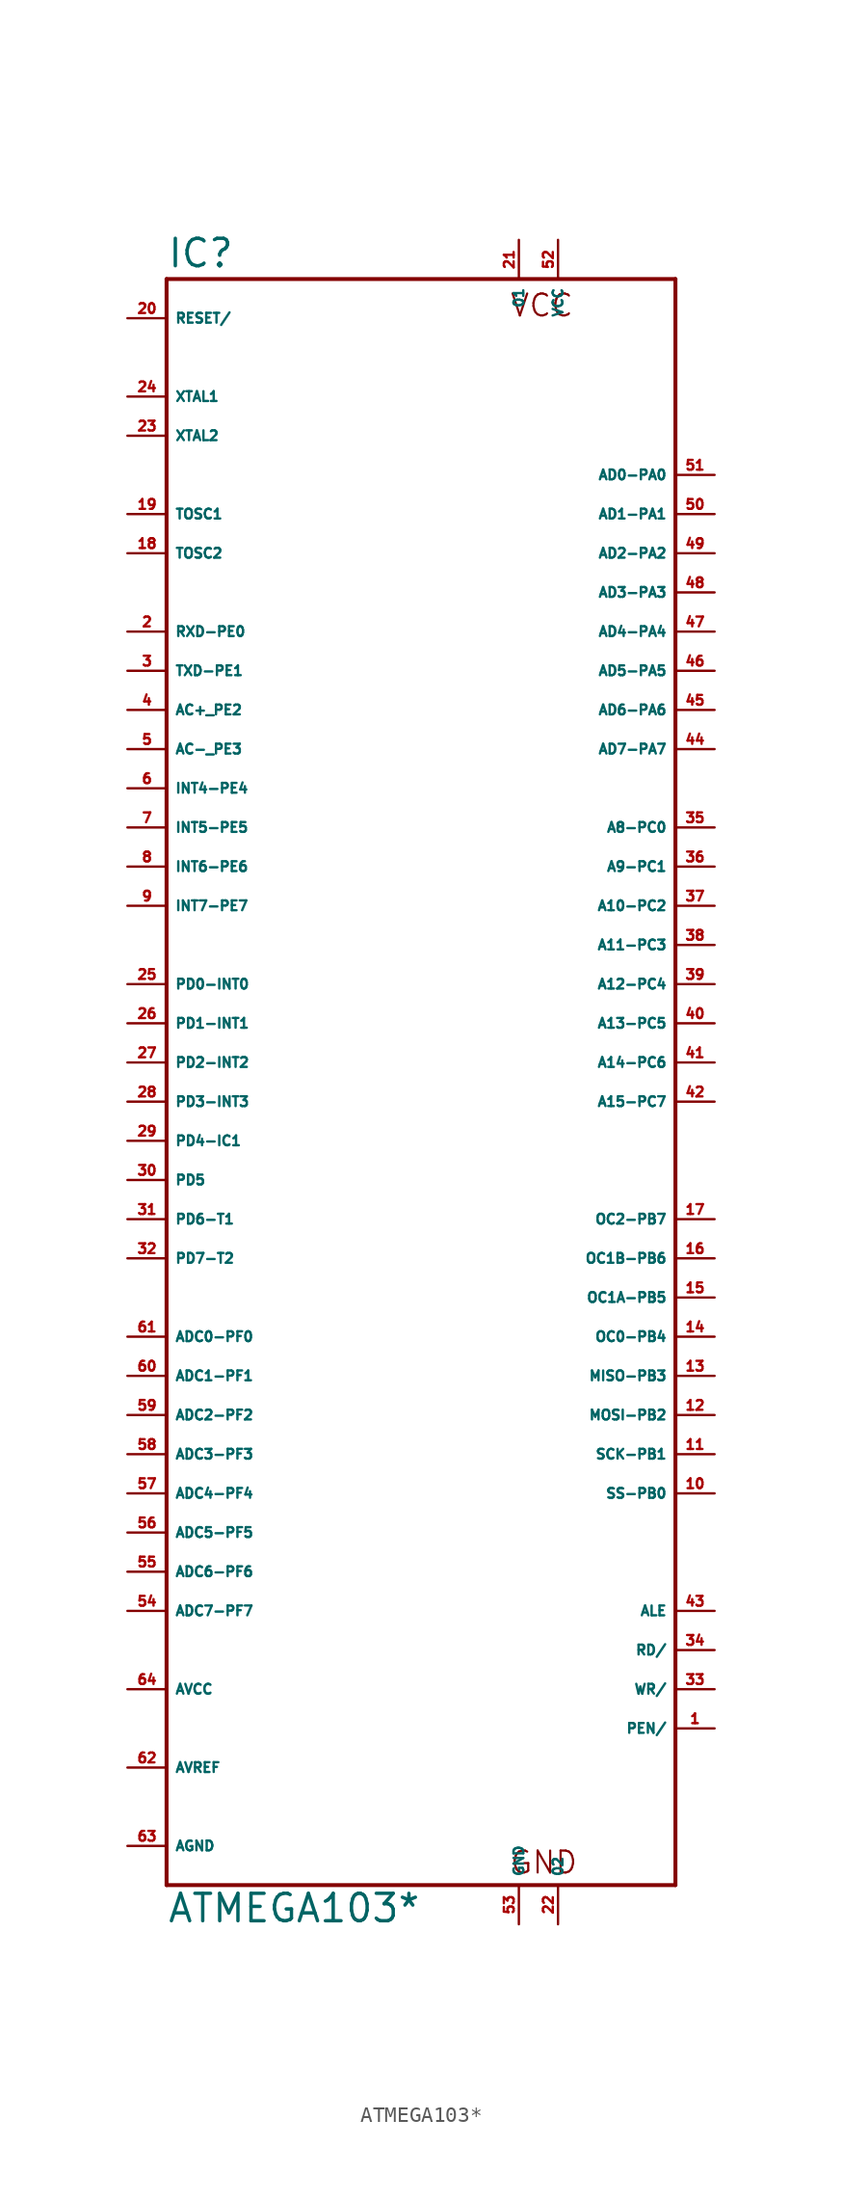
<source format=kicad_sym>
(kicad_symbol_lib
  (version 20220914)
  (generator Eagle2Kicad)
  (symbol "ATMEGA103*"
    (property "Reference" "IC"
      (at -17.78 51.435 0)
      (effects (font (size 1.778 1.778) (thickness 0.22)) (justify left bottom)))
    (property "Value" "ATMEGA103*"
      (at -17.78 -55.88 0)
      (effects (font (size 1.778 1.778) (thickness 0.22)) (justify left bottom)))
    (polyline
      (pts (xy -17.78 50.8) (xy 15.24 50.8))
      (stroke (width 0.254) (type default))
      (fill (type none)))
    (polyline
      (pts (xy 15.24 50.8) (xy 15.24 -53.34))
      (stroke (width 0.254) (type default))
      (fill (type none)))
    (polyline
      (pts (xy 15.24 -53.34) (xy -17.78 -53.34))
      (stroke (width 0.254) (type default))
      (fill (type none)))
    (polyline
      (pts (xy -17.78 -53.34) (xy -17.78 50.8))
      (stroke (width 0.254) (type default))
      (fill (type none)))
    (text "VCC"
      (at 4.445 48.26 0)
      (effects (font (size 1.422 1.422) (thickness 0.14)) (justify left bottom)))
    (text "GND"
      (at 4.445 -52.705 0)
      (effects (font (size 1.422 1.422) (thickness 0.14)) (justify left bottom)))
    (pin input line
      (at -20.32 -17.78 0)
      (length 2.54)
      (name "ADC0-PF0" (effects (font (size 0.635 0.635) (thickness 0.08)) (justify left bottom)))
      (number "61" (effects (font (size 0.635 0.635) (thickness 0.08)) (justify left bottom))))
    (pin input line
      (at -20.32 -20.32 0)
      (length 2.54)
      (name "ADC1-PF1" (effects (font (size 0.635 0.635) (thickness 0.08)) (justify left bottom)))
      (number "60" (effects (font (size 0.635 0.635) (thickness 0.08)) (justify left bottom))))
    (pin input line
      (at -20.32 -22.86 0)
      (length 2.54)
      (name "ADC2-PF2" (effects (font (size 0.635 0.635) (thickness 0.08)) (justify left bottom)))
      (number "59" (effects (font (size 0.635 0.635) (thickness 0.08)) (justify left bottom))))
    (pin input line
      (at -20.32 -25.4 0)
      (length 2.54)
      (name "ADC3-PF3" (effects (font (size 0.635 0.635) (thickness 0.08)) (justify left bottom)))
      (number "58" (effects (font (size 0.635 0.635) (thickness 0.08)) (justify left bottom))))
    (pin input line
      (at -20.32 -27.94 0)
      (length 2.54)
      (name "ADC4-PF4" (effects (font (size 0.635 0.635) (thickness 0.08)) (justify left bottom)))
      (number "57" (effects (font (size 0.635 0.635) (thickness 0.08)) (justify left bottom))))
    (pin input line
      (at -20.32 -30.48 0)
      (length 2.54)
      (name "ADC5-PF5" (effects (font (size 0.635 0.635) (thickness 0.08)) (justify left bottom)))
      (number "56" (effects (font (size 0.635 0.635) (thickness 0.08)) (justify left bottom))))
    (pin input line
      (at -20.32 -33.02 0)
      (length 2.54)
      (name "ADC6-PF6" (effects (font (size 0.635 0.635) (thickness 0.08)) (justify left bottom)))
      (number "55" (effects (font (size 0.635 0.635) (thickness 0.08)) (justify left bottom))))
    (pin input line
      (at -20.32 -35.56 0)
      (length 2.54)
      (name "ADC7-PF7" (effects (font (size 0.635 0.635) (thickness 0.08)) (justify left bottom)))
      (number "54" (effects (font (size 0.635 0.635) (thickness 0.08)) (justify left bottom))))
    (pin output line
      (at -20.32 27.94 0)
      (length 2.54)
      (name "RXD-PE0" (effects (font (size 0.635 0.635) (thickness 0.08)) (justify left bottom)))
      (number "2" (effects (font (size 0.635 0.635) (thickness 0.08)) (justify left bottom))))
    (pin output line
      (at -20.32 25.4 0)
      (length 2.54)
      (name "TXD-PE1" (effects (font (size 0.635 0.635) (thickness 0.08)) (justify left bottom)))
      (number "3" (effects (font (size 0.635 0.635) (thickness 0.08)) (justify left bottom))))
    (pin output line
      (at -20.32 22.86 0)
      (length 2.54)
      (name "AC+_PE2" (effects (font (size 0.635 0.635) (thickness 0.08)) (justify left bottom)))
      (number "4" (effects (font (size 0.635 0.635) (thickness 0.08)) (justify left bottom))))
    (pin output line
      (at -20.32 20.32 0)
      (length 2.54)
      (name "AC-_PE3" (effects (font (size 0.635 0.635) (thickness 0.08)) (justify left bottom)))
      (number "5" (effects (font (size 0.635 0.635) (thickness 0.08)) (justify left bottom))))
    (pin output line
      (at -20.32 17.78 0)
      (length 2.54)
      (name "INT4-PE4" (effects (font (size 0.635 0.635) (thickness 0.08)) (justify left bottom)))
      (number "6" (effects (font (size 0.635 0.635) (thickness 0.08)) (justify left bottom))))
    (pin output line
      (at -20.32 15.24 0)
      (length 2.54)
      (name "INT5-PE5" (effects (font (size 0.635 0.635) (thickness 0.08)) (justify left bottom)))
      (number "7" (effects (font (size 0.635 0.635) (thickness 0.08)) (justify left bottom))))
    (pin output line
      (at -20.32 12.7 0)
      (length 2.54)
      (name "INT6-PE6" (effects (font (size 0.635 0.635) (thickness 0.08)) (justify left bottom)))
      (number "8" (effects (font (size 0.635 0.635) (thickness 0.08)) (justify left bottom))))
    (pin output line
      (at -20.32 10.16 0)
      (length 2.54)
      (name "INT7-PE7" (effects (font (size 0.635 0.635) (thickness 0.08)) (justify left bottom)))
      (number "9" (effects (font (size 0.635 0.635) (thickness 0.08)) (justify left bottom))))
    (pin bidirectional line
      (at -20.32 -12.7 0)
      (length 2.54)
      (name "PD7-T2" (effects (font (size 0.635 0.635) (thickness 0.08)) (justify left bottom)))
      (number "32" (effects (font (size 0.635 0.635) (thickness 0.08)) (justify left bottom))))
    (pin bidirectional line
      (at -20.32 -10.16 0)
      (length 2.54)
      (name "PD6-T1" (effects (font (size 0.635 0.635) (thickness 0.08)) (justify left bottom)))
      (number "31" (effects (font (size 0.635 0.635) (thickness 0.08)) (justify left bottom))))
    (pin bidirectional line
      (at -20.32 -7.62 0)
      (length 2.54)
      (name "PD5" (effects (font (size 0.635 0.635) (thickness 0.08)) (justify left bottom)))
      (number "30" (effects (font (size 0.635 0.635) (thickness 0.08)) (justify left bottom))))
    (pin bidirectional line
      (at -20.32 -5.08 0)
      (length 2.54)
      (name "PD4-IC1" (effects (font (size 0.635 0.635) (thickness 0.08)) (justify left bottom)))
      (number "29" (effects (font (size 0.635 0.635) (thickness 0.08)) (justify left bottom))))
    (pin bidirectional line
      (at -20.32 -2.54 0)
      (length 2.54)
      (name "PD3-INT3" (effects (font (size 0.635 0.635) (thickness 0.08)) (justify left bottom)))
      (number "28" (effects (font (size 0.635 0.635) (thickness 0.08)) (justify left bottom))))
    (pin bidirectional line
      (at -20.32 0 0)
      (length 2.54)
      (name "PD2-INT2" (effects (font (size 0.635 0.635) (thickness 0.08)) (justify left bottom)))
      (number "27" (effects (font (size 0.635 0.635) (thickness 0.08)) (justify left bottom))))
    (pin bidirectional line
      (at -20.32 2.54 0)
      (length 2.54)
      (name "PD1-INT1" (effects (font (size 0.635 0.635) (thickness 0.08)) (justify left bottom)))
      (number "26" (effects (font (size 0.635 0.635) (thickness 0.08)) (justify left bottom))))
    (pin bidirectional line
      (at -20.32 5.08 0)
      (length 2.54)
      (name "PD0-INT0" (effects (font (size 0.635 0.635) (thickness 0.08)) (justify left bottom)))
      (number "25" (effects (font (size 0.635 0.635) (thickness 0.08)) (justify left bottom))))
    (pin bidirectional line
      (at 17.78 -2.54 180)
      (length 2.54)
      (name "A15-PC7" (effects (font (size 0.635 0.635) (thickness 0.08)) (justify left bottom)))
      (number "42" (effects (font (size 0.635 0.635) (thickness 0.08)) (justify left bottom))))
    (pin bidirectional line
      (at 17.78 0 180)
      (length 2.54)
      (name "A14-PC6" (effects (font (size 0.635 0.635) (thickness 0.08)) (justify left bottom)))
      (number "41" (effects (font (size 0.635 0.635) (thickness 0.08)) (justify left bottom))))
    (pin bidirectional line
      (at 17.78 2.54 180)
      (length 2.54)
      (name "A13-PC5" (effects (font (size 0.635 0.635) (thickness 0.08)) (justify left bottom)))
      (number "40" (effects (font (size 0.635 0.635) (thickness 0.08)) (justify left bottom))))
    (pin bidirectional line
      (at 17.78 5.08 180)
      (length 2.54)
      (name "A12-PC4" (effects (font (size 0.635 0.635) (thickness 0.08)) (justify left bottom)))
      (number "39" (effects (font (size 0.635 0.635) (thickness 0.08)) (justify left bottom))))
    (pin bidirectional line
      (at 17.78 7.62 180)
      (length 2.54)
      (name "A11-PC3" (effects (font (size 0.635 0.635) (thickness 0.08)) (justify left bottom)))
      (number "38" (effects (font (size 0.635 0.635) (thickness 0.08)) (justify left bottom))))
    (pin bidirectional line
      (at 17.78 10.16 180)
      (length 2.54)
      (name "A10-PC2" (effects (font (size 0.635 0.635) (thickness 0.08)) (justify left bottom)))
      (number "37" (effects (font (size 0.635 0.635) (thickness 0.08)) (justify left bottom))))
    (pin bidirectional line
      (at 17.78 12.7 180)
      (length 2.54)
      (name "A9-PC1" (effects (font (size 0.635 0.635) (thickness 0.08)) (justify left bottom)))
      (number "36" (effects (font (size 0.635 0.635) (thickness 0.08)) (justify left bottom))))
    (pin bidirectional line
      (at 17.78 15.24 180)
      (length 2.54)
      (name "A8-PC0" (effects (font (size 0.635 0.635) (thickness 0.08)) (justify left bottom)))
      (number "35" (effects (font (size 0.635 0.635) (thickness 0.08)) (justify left bottom))))
    (pin bidirectional line
      (at 17.78 -10.16 180)
      (length 2.54)
      (name "OC2-PB7" (effects (font (size 0.635 0.635) (thickness 0.08)) (justify left bottom)))
      (number "17" (effects (font (size 0.635 0.635) (thickness 0.08)) (justify left bottom))))
    (pin bidirectional line
      (at 17.78 -12.7 180)
      (length 2.54)
      (name "OC1B-PB6" (effects (font (size 0.635 0.635) (thickness 0.08)) (justify left bottom)))
      (number "16" (effects (font (size 0.635 0.635) (thickness 0.08)) (justify left bottom))))
    (pin bidirectional line
      (at 17.78 -15.24 180)
      (length 2.54)
      (name "OC1A-PB5" (effects (font (size 0.635 0.635) (thickness 0.08)) (justify left bottom)))
      (number "15" (effects (font (size 0.635 0.635) (thickness 0.08)) (justify left bottom))))
    (pin bidirectional line
      (at 17.78 -17.78 180)
      (length 2.54)
      (name "OC0-PB4" (effects (font (size 0.635 0.635) (thickness 0.08)) (justify left bottom)))
      (number "14" (effects (font (size 0.635 0.635) (thickness 0.08)) (justify left bottom))))
    (pin bidirectional line
      (at 17.78 -20.32 180)
      (length 2.54)
      (name "MISO-PB3" (effects (font (size 0.635 0.635) (thickness 0.08)) (justify left bottom)))
      (number "13" (effects (font (size 0.635 0.635) (thickness 0.08)) (justify left bottom))))
    (pin bidirectional line
      (at 17.78 -22.86 180)
      (length 2.54)
      (name "MOSI-PB2" (effects (font (size 0.635 0.635) (thickness 0.08)) (justify left bottom)))
      (number "12" (effects (font (size 0.635 0.635) (thickness 0.08)) (justify left bottom))))
    (pin bidirectional line
      (at 17.78 -25.4 180)
      (length 2.54)
      (name "SCK-PB1" (effects (font (size 0.635 0.635) (thickness 0.08)) (justify left bottom)))
      (number "11" (effects (font (size 0.635 0.635) (thickness 0.08)) (justify left bottom))))
    (pin bidirectional line
      (at 17.78 -27.94 180)
      (length 2.54)
      (name "SS-PB0" (effects (font (size 0.635 0.635) (thickness 0.08)) (justify left bottom)))
      (number "10" (effects (font (size 0.635 0.635) (thickness 0.08)) (justify left bottom))))
    (pin bidirectional line
      (at 17.78 22.86 180)
      (length 2.54)
      (name "AD6-PA6" (effects (font (size 0.635 0.635) (thickness 0.08)) (justify left bottom)))
      (number "45" (effects (font (size 0.635 0.635) (thickness 0.08)) (justify left bottom))))
    (pin bidirectional line
      (at 17.78 20.32 180)
      (length 2.54)
      (name "AD7-PA7" (effects (font (size 0.635 0.635) (thickness 0.08)) (justify left bottom)))
      (number "44" (effects (font (size 0.635 0.635) (thickness 0.08)) (justify left bottom))))
    (pin bidirectional line
      (at 17.78 25.4 180)
      (length 2.54)
      (name "AD5-PA5" (effects (font (size 0.635 0.635) (thickness 0.08)) (justify left bottom)))
      (number "46" (effects (font (size 0.635 0.635) (thickness 0.08)) (justify left bottom))))
    (pin bidirectional line
      (at 17.78 27.94 180)
      (length 2.54)
      (name "AD4-PA4" (effects (font (size 0.635 0.635) (thickness 0.08)) (justify left bottom)))
      (number "47" (effects (font (size 0.635 0.635) (thickness 0.08)) (justify left bottom))))
    (pin bidirectional line
      (at 17.78 30.48 180)
      (length 2.54)
      (name "AD3-PA3" (effects (font (size 0.635 0.635) (thickness 0.08)) (justify left bottom)))
      (number "48" (effects (font (size 0.635 0.635) (thickness 0.08)) (justify left bottom))))
    (pin bidirectional line
      (at 17.78 33.02 180)
      (length 2.54)
      (name "AD2-PA2" (effects (font (size 0.635 0.635) (thickness 0.08)) (justify left bottom)))
      (number "49" (effects (font (size 0.635 0.635) (thickness 0.08)) (justify left bottom))))
    (pin bidirectional line
      (at 17.78 35.56 180)
      (length 2.54)
      (name "AD1-PA1" (effects (font (size 0.635 0.635) (thickness 0.08)) (justify left bottom)))
      (number "50" (effects (font (size 0.635 0.635) (thickness 0.08)) (justify left bottom))))
    (pin bidirectional line
      (at 17.78 38.1 180)
      (length 2.54)
      (name "AD0-PA0" (effects (font (size 0.635 0.635) (thickness 0.08)) (justify left bottom)))
      (number "51" (effects (font (size 0.635 0.635) (thickness 0.08)) (justify left bottom))))
    (pin bidirectional line
      (at -20.32 -40.64 0)
      (length 2.54)
      (name "AVCC" (effects (font (size 0.635 0.635) (thickness 0.08)) (justify left bottom)))
      (number "64" (effects (font (size 0.635 0.635) (thickness 0.08)) (justify left bottom))))
    (pin bidirectional line
      (at -20.32 -50.8 0)
      (length 2.54)
      (name "AGND" (effects (font (size 0.635 0.635) (thickness 0.08)) (justify left bottom)))
      (number "63" (effects (font (size 0.635 0.635) (thickness 0.08)) (justify left bottom))))
    (pin bidirectional line
      (at -20.32 -45.72 0)
      (length 2.54)
      (name "AVREF" (effects (font (size 0.635 0.635) (thickness 0.08)) (justify left bottom)))
      (number "62" (effects (font (size 0.635 0.635) (thickness 0.08)) (justify left bottom))))
    (pin bidirectional line
      (at -20.32 43.18 0)
      (length 2.54)
      (name "XTAL1" (effects (font (size 0.635 0.635) (thickness 0.08)) (justify left bottom)))
      (number "24" (effects (font (size 0.635 0.635) (thickness 0.08)) (justify left bottom))))
    (pin bidirectional line
      (at -20.32 40.64 0)
      (length 2.54)
      (name "XTAL2" (effects (font (size 0.635 0.635) (thickness 0.08)) (justify left bottom)))
      (number "23" (effects (font (size 0.635 0.635) (thickness 0.08)) (justify left bottom))))
    (pin unspecified line
      (at 5.08 53.34 270)
      (length 2.54)
      (name "01" (effects (font (size 0.635 0.635) (thickness 0.08)) (justify left bottom)))
      (number "21" (effects (font (size 0.635 0.635) (thickness 0.08)) (justify left bottom))))
    (pin unspecified line
      (at 7.62 53.34 270)
      (length 2.54)
      (name "VCC" (effects (font (size 0.635 0.635) (thickness 0.08)) (justify left bottom)))
      (number "52" (effects (font (size 0.635 0.635) (thickness 0.08)) (justify left bottom))))
    (pin unspecified line
      (at 7.62 -55.88 90)
      (length 2.54)
      (name "02" (effects (font (size 0.635 0.635) (thickness 0.08)) (justify left bottom)))
      (number "22" (effects (font (size 0.635 0.635) (thickness 0.08)) (justify left bottom))))
    (pin unspecified line
      (at 5.08 -55.88 90)
      (length 2.54)
      (name "GND" (effects (font (size 0.635 0.635) (thickness 0.08)) (justify left bottom)))
      (number "53" (effects (font (size 0.635 0.635) (thickness 0.08)) (justify left bottom))))
    (pin bidirectional line
      (at -20.32 33.02 0)
      (length 2.54)
      (name "TOSC2" (effects (font (size 0.635 0.635) (thickness 0.08)) (justify left bottom)))
      (number "18" (effects (font (size 0.635 0.635) (thickness 0.08)) (justify left bottom))))
    (pin bidirectional line
      (at -20.32 35.56 0)
      (length 2.54)
      (name "TOSC1" (effects (font (size 0.635 0.635) (thickness 0.08)) (justify left bottom)))
      (number "19" (effects (font (size 0.635 0.635) (thickness 0.08)) (justify left bottom))))
    (pin bidirectional line
      (at 17.78 -40.64 180)
      (length 2.54)
      (name "WR/" (effects (font (size 0.635 0.635) (thickness 0.08)) (justify left bottom)))
      (number "33" (effects (font (size 0.635 0.635) (thickness 0.08)) (justify left bottom))))
    (pin bidirectional line
      (at 17.78 -38.1 180)
      (length 2.54)
      (name "RD/" (effects (font (size 0.635 0.635) (thickness 0.08)) (justify left bottom)))
      (number "34" (effects (font (size 0.635 0.635) (thickness 0.08)) (justify left bottom))))
    (pin bidirectional line
      (at 17.78 -35.56 180)
      (length 2.54)
      (name "ALE" (effects (font (size 0.635 0.635) (thickness 0.08)) (justify left bottom)))
      (number "43" (effects (font (size 0.635 0.635) (thickness 0.08)) (justify left bottom))))
    (pin input line
      (at -20.32 48.26 0)
      (length 2.54)
      (name "RESET/" (effects (font (size 0.635 0.635) (thickness 0.08)) (justify left bottom)))
      (number "20" (effects (font (size 0.635 0.635) (thickness 0.08)) (justify left bottom))))
    (pin input line
      (at 17.78 -43.18 180)
      (length 2.54)
      (name "PEN/" (effects (font (size 0.635 0.635) (thickness 0.08)) (justify left bottom)))
      (number "1" (effects (font (size 0.635 0.635) (thickness 0.08)) (justify left bottom))))))
</source>
